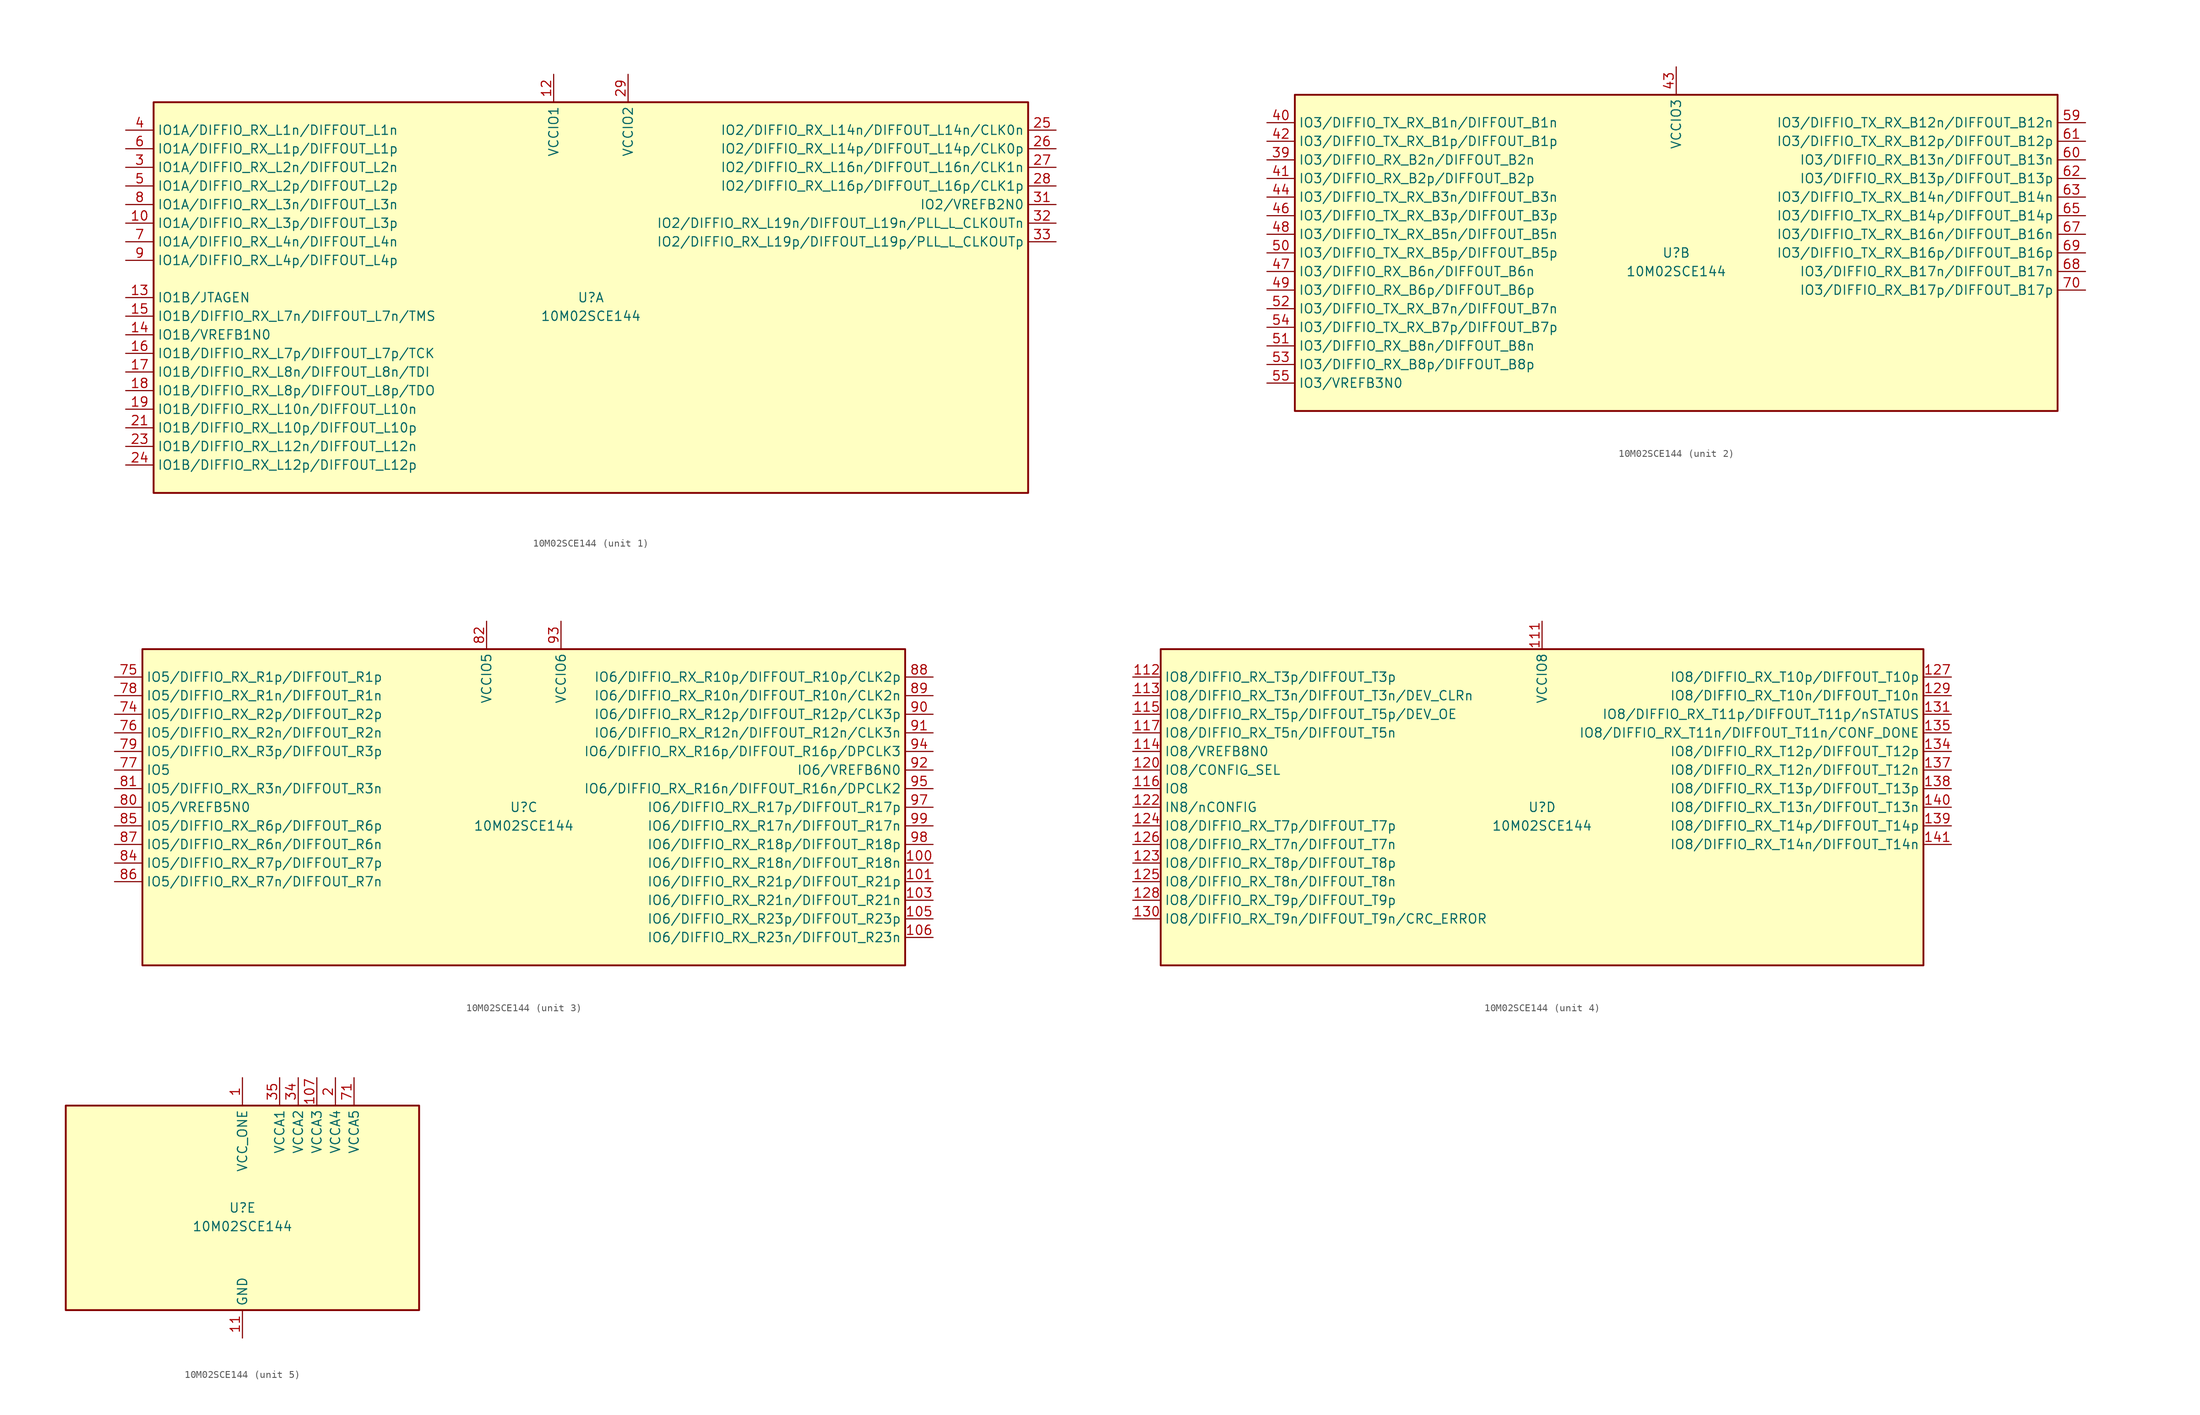
<source format=kicad_sym>
(kicad_symbol_lib
  (version 20220914)
  (generator kicad_symbol_editor)
  (symbol "10M02SCE144"
    (property "Reference" "U"
      (at 0 0 0)
      (effects (font (size 1.27 1.27))))
    (property "Value" "10M02SCE144"
      (at 0 -2.54 0)
      (effects (font (size 1.27 1.27))))
    (property "ki_locked" ""
      (at 0 0 0)
      (effects (font (size 1.27 1.27))))
    (symbol "10M02SCE144_1_1"
      (rectangle (start -59.69 26.67) (end 59.69 -26.67) (stroke (width 0.254) (type default)) (fill (type background)))
      (pin bidirectional line (at -63.5 10.16 0) (length 3.81) (name "IO1A/DIFFIO_RX_L3p/DIFFOUT_L3p" (effects (font (size 1.27 1.27)))) (number "10" (effects (font (size 1.27 1.27)))))
      (pin power_in line (at -5.08 30.48 270) (length 3.81) (name "VCCIO1" (effects (font (size 1.27 1.27)))) (number "12" (effects (font (size 1.27 1.27)))))
      (pin bidirectional line (at -63.5 0 0) (length 3.81) (name "IO1B/JTAGEN" (effects (font (size 1.27 1.27)))) (number "13" (effects (font (size 1.27 1.27)))))
      (pin bidirectional line (at -63.5 -5.08 0) (length 3.81) (name "IO1B/VREFB1N0" (effects (font (size 1.27 1.27)))) (number "14" (effects (font (size 1.27 1.27)))))
      (pin bidirectional line (at -63.5 -2.54 0) (length 3.81) (name "IO1B/DIFFIO_RX_L7n/DIFFOUT_L7n/TMS" (effects (font (size 1.27 1.27)))) (number "15" (effects (font (size 1.27 1.27)))))
      (pin bidirectional line (at -63.5 -7.62 0) (length 3.81) (name "IO1B/DIFFIO_RX_L7p/DIFFOUT_L7p/TCK" (effects (font (size 1.27 1.27)))) (number "16" (effects (font (size 1.27 1.27)))))
      (pin bidirectional line (at -63.5 -10.16 0) (length 3.81) (name "IO1B/DIFFIO_RX_L8n/DIFFOUT_L8n/TDI" (effects (font (size 1.27 1.27)))) (number "17" (effects (font (size 1.27 1.27)))))
      (pin bidirectional line (at -63.5 -12.7 0) (length 3.81) (name "IO1B/DIFFIO_RX_L8p/DIFFOUT_L8p/TDO" (effects (font (size 1.27 1.27)))) (number "18" (effects (font (size 1.27 1.27)))))
      (pin bidirectional line (at -63.5 -15.24 0) (length 3.81) (name "IO1B/DIFFIO_RX_L10n/DIFFOUT_L10n" (effects (font (size 1.27 1.27)))) (number "19" (effects (font (size 1.27 1.27)))))
      (pin bidirectional line (at -63.5 -17.78 0) (length 3.81) (name "IO1B/DIFFIO_RX_L10p/DIFFOUT_L10p" (effects (font (size 1.27 1.27)))) (number "21" (effects (font (size 1.27 1.27)))))
      (pin passive line (at -5.08 30.48 270) (length 3.81) hide (name "VCCIO1" (effects (font (size 1.27 1.27)))) (number "22" (effects (font (size 1.27 1.27)))))
      (pin bidirectional line (at -63.5 -20.32 0) (length 3.81) (name "IO1B/DIFFIO_RX_L12n/DIFFOUT_L12n" (effects (font (size 1.27 1.27)))) (number "23" (effects (font (size 1.27 1.27)))))
      (pin bidirectional line (at -63.5 -22.86 0) (length 3.81) (name "IO1B/DIFFIO_RX_L12p/DIFFOUT_L12p" (effects (font (size 1.27 1.27)))) (number "24" (effects (font (size 1.27 1.27)))))
      (pin bidirectional line (at 63.5 22.86 180) (length 3.81) (name "IO2/DIFFIO_RX_L14n/DIFFOUT_L14n/CLK0n" (effects (font (size 1.27 1.27)))) (number "25" (effects (font (size 1.27 1.27)))))
      (pin bidirectional line (at 63.5 20.32 180) (length 3.81) (name "IO2/DIFFIO_RX_L14p/DIFFOUT_L14p/CLK0p" (effects (font (size 1.27 1.27)))) (number "26" (effects (font (size 1.27 1.27)))))
      (pin bidirectional line (at 63.5 17.78 180) (length 3.81) (name "IO2/DIFFIO_RX_L16n/DIFFOUT_L16n/CLK1n" (effects (font (size 1.27 1.27)))) (number "27" (effects (font (size 1.27 1.27)))))
      (pin bidirectional line (at 63.5 15.24 180) (length 3.81) (name "IO2/DIFFIO_RX_L16p/DIFFOUT_L16p/CLK1p" (effects (font (size 1.27 1.27)))) (number "28" (effects (font (size 1.27 1.27)))))
      (pin power_in line (at 5.08 30.48 270) (length 3.81) (name "VCCIO2" (effects (font (size 1.27 1.27)))) (number "29" (effects (font (size 1.27 1.27)))))
      (pin bidirectional line (at -63.5 17.78 0) (length 3.81) (name "IO1A/DIFFIO_RX_L2n/DIFFOUT_L2n" (effects (font (size 1.27 1.27)))) (number "3" (effects (font (size 1.27 1.27)))))
      (pin bidirectional line (at 63.5 12.7 180) (length 3.81) (name "IO2/VREFB2N0" (effects (font (size 1.27 1.27)))) (number "31" (effects (font (size 1.27 1.27)))))
      (pin bidirectional line (at 63.5 10.16 180) (length 3.81) (name "IO2/DIFFIO_RX_L19n/DIFFOUT_L19n/PLL_L_CLKOUTn" (effects (font (size 1.27 1.27)))) (number "32" (effects (font (size 1.27 1.27)))))
      (pin bidirectional line (at 63.5 7.62 180) (length 3.81) (name "IO2/DIFFIO_RX_L19p/DIFFOUT_L19p/PLL_L_CLKOUTp" (effects (font (size 1.27 1.27)))) (number "33" (effects (font (size 1.27 1.27)))))
      (pin bidirectional line (at -63.5 22.86 0) (length 3.81) (name "IO1A/DIFFIO_RX_L1n/DIFFOUT_L1n" (effects (font (size 1.27 1.27)))) (number "4" (effects (font (size 1.27 1.27)))))
      (pin bidirectional line (at -63.5 15.24 0) (length 3.81) (name "IO1A/DIFFIO_RX_L2p/DIFFOUT_L2p" (effects (font (size 1.27 1.27)))) (number "5" (effects (font (size 1.27 1.27)))))
      (pin bidirectional line (at -63.5 20.32 0) (length 3.81) (name "IO1A/DIFFIO_RX_L1p/DIFFOUT_L1p" (effects (font (size 1.27 1.27)))) (number "6" (effects (font (size 1.27 1.27)))))
      (pin bidirectional line (at -63.5 7.62 0) (length 3.81) (name "IO1A/DIFFIO_RX_L4n/DIFFOUT_L4n" (effects (font (size 1.27 1.27)))) (number "7" (effects (font (size 1.27 1.27)))))
      (pin bidirectional line (at -63.5 12.7 0) (length 3.81) (name "IO1A/DIFFIO_RX_L3n/DIFFOUT_L3n" (effects (font (size 1.27 1.27)))) (number "8" (effects (font (size 1.27 1.27)))))
      (pin bidirectional line (at -63.5 5.08 0) (length 3.81) (name "IO1A/DIFFIO_RX_L4p/DIFFOUT_L4p" (effects (font (size 1.27 1.27)))) (number "9" (effects (font (size 1.27 1.27))))))
    (symbol "10M02SCE144_2_1"
      (rectangle (start -52.07 21.59) (end 52.07 -21.59) (stroke (width 0.254) (type default)) (fill (type background)))
      (pin bidirectional line (at -55.88 12.7 0) (length 3.81) (name "IO3/DIFFIO_RX_B2n/DIFFOUT_B2n" (effects (font (size 1.27 1.27)))) (number "39" (effects (font (size 1.27 1.27)))))
      (pin bidirectional line (at -55.88 17.78 0) (length 3.81) (name "IO3/DIFFIO_TX_RX_B1n/DIFFOUT_B1n" (effects (font (size 1.27 1.27)))) (number "40" (effects (font (size 1.27 1.27)))))
      (pin bidirectional line (at -55.88 10.16 0) (length 3.81) (name "IO3/DIFFIO_RX_B2p/DIFFOUT_B2p" (effects (font (size 1.27 1.27)))) (number "41" (effects (font (size 1.27 1.27)))))
      (pin bidirectional line (at -55.88 15.24 0) (length 3.81) (name "IO3/DIFFIO_TX_RX_B1p/DIFFOUT_B1p" (effects (font (size 1.27 1.27)))) (number "42" (effects (font (size 1.27 1.27)))))
      (pin power_in line (at 0 25.4 270) (length 3.81) (name "VCCIO3" (effects (font (size 1.27 1.27)))) (number "43" (effects (font (size 1.27 1.27)))))
      (pin bidirectional line (at -55.88 7.62 0) (length 3.81) (name "IO3/DIFFIO_TX_RX_B3n/DIFFOUT_B3n" (effects (font (size 1.27 1.27)))) (number "44" (effects (font (size 1.27 1.27)))))
      (pin bidirectional line (at -55.88 5.08 0) (length 3.81) (name "IO3/DIFFIO_TX_RX_B3p/DIFFOUT_B3p" (effects (font (size 1.27 1.27)))) (number "46" (effects (font (size 1.27 1.27)))))
      (pin bidirectional line (at -55.88 -2.54 0) (length 3.81) (name "IO3/DIFFIO_RX_B6n/DIFFOUT_B6n" (effects (font (size 1.27 1.27)))) (number "47" (effects (font (size 1.27 1.27)))))
      (pin bidirectional line (at -55.88 2.54 0) (length 3.81) (name "IO3/DIFFIO_TX_RX_B5n/DIFFOUT_B5n" (effects (font (size 1.27 1.27)))) (number "48" (effects (font (size 1.27 1.27)))))
      (pin bidirectional line (at -55.88 -5.08 0) (length 3.81) (name "IO3/DIFFIO_RX_B6p/DIFFOUT_B6p" (effects (font (size 1.27 1.27)))) (number "49" (effects (font (size 1.27 1.27)))))
      (pin bidirectional line (at -55.88 0 0) (length 3.81) (name "IO3/DIFFIO_TX_RX_B5p/DIFFOUT_B5p" (effects (font (size 1.27 1.27)))) (number "50" (effects (font (size 1.27 1.27)))))
      (pin bidirectional line (at -55.88 -12.7 0) (length 3.81) (name "IO3/DIFFIO_RX_B8n/DIFFOUT_B8n" (effects (font (size 1.27 1.27)))) (number "51" (effects (font (size 1.27 1.27)))))
      (pin bidirectional line (at -55.88 -7.62 0) (length 3.81) (name "IO3/DIFFIO_TX_RX_B7n/DIFFOUT_B7n" (effects (font (size 1.27 1.27)))) (number "52" (effects (font (size 1.27 1.27)))))
      (pin bidirectional line (at -55.88 -15.24 0) (length 3.81) (name "IO3/DIFFIO_RX_B8p/DIFFOUT_B8p" (effects (font (size 1.27 1.27)))) (number "53" (effects (font (size 1.27 1.27)))))
      (pin bidirectional line (at -55.88 -10.16 0) (length 3.81) (name "IO3/DIFFIO_TX_RX_B7p/DIFFOUT_B7p" (effects (font (size 1.27 1.27)))) (number "54" (effects (font (size 1.27 1.27)))))
      (pin bidirectional line (at -55.88 -17.78 0) (length 3.81) (name "IO3/VREFB3N0" (effects (font (size 1.27 1.27)))) (number "55" (effects (font (size 1.27 1.27)))))
      (pin passive line (at 0 25.4 270) (length 3.81) hide (name "VCCIO3" (effects (font (size 1.27 1.27)))) (number "56" (effects (font (size 1.27 1.27)))))
      (pin bidirectional line (at 55.88 17.78 180) (length 3.81) (name "IO3/DIFFIO_TX_RX_B12n/DIFFOUT_B12n" (effects (font (size 1.27 1.27)))) (number "59" (effects (font (size 1.27 1.27)))))
      (pin bidirectional line (at 55.88 12.7 180) (length 3.81) (name "IO3/DIFFIO_RX_B13n/DIFFOUT_B13n" (effects (font (size 1.27 1.27)))) (number "60" (effects (font (size 1.27 1.27)))))
      (pin bidirectional line (at 55.88 15.24 180) (length 3.81) (name "IO3/DIFFIO_TX_RX_B12p/DIFFOUT_B12p" (effects (font (size 1.27 1.27)))) (number "61" (effects (font (size 1.27 1.27)))))
      (pin bidirectional line (at 55.88 10.16 180) (length 3.81) (name "IO3/DIFFIO_RX_B13p/DIFFOUT_B13p" (effects (font (size 1.27 1.27)))) (number "62" (effects (font (size 1.27 1.27)))))
      (pin bidirectional line (at 55.88 7.62 180) (length 3.81) (name "IO3/DIFFIO_TX_RX_B14n/DIFFOUT_B14n" (effects (font (size 1.27 1.27)))) (number "63" (effects (font (size 1.27 1.27)))))
      (pin passive line (at 0 25.4 270) (length 3.81) hide (name "VCCIO3" (effects (font (size 1.27 1.27)))) (number "64" (effects (font (size 1.27 1.27)))))
      (pin bidirectional line (at 55.88 5.08 180) (length 3.81) (name "IO3/DIFFIO_TX_RX_B14p/DIFFOUT_B14p" (effects (font (size 1.27 1.27)))) (number "65" (effects (font (size 1.27 1.27)))))
      (pin bidirectional line (at 55.88 2.54 180) (length 3.81) (name "IO3/DIFFIO_TX_RX_B16n/DIFFOUT_B16n" (effects (font (size 1.27 1.27)))) (number "67" (effects (font (size 1.27 1.27)))))
      (pin bidirectional line (at 55.88 -2.54 180) (length 3.81) (name "IO3/DIFFIO_RX_B17n/DIFFOUT_B17n" (effects (font (size 1.27 1.27)))) (number "68" (effects (font (size 1.27 1.27)))))
      (pin bidirectional line (at 55.88 0 180) (length 3.81) (name "IO3/DIFFIO_TX_RX_B16p/DIFFOUT_B16p" (effects (font (size 1.27 1.27)))) (number "69" (effects (font (size 1.27 1.27)))))
      (pin bidirectional line (at 55.88 -5.08 180) (length 3.81) (name "IO3/DIFFIO_RX_B17p/DIFFOUT_B17p" (effects (font (size 1.27 1.27)))) (number "70" (effects (font (size 1.27 1.27))))))
    (symbol "10M02SCE144_3_1"
      (rectangle (start -52.07 21.59) (end 52.07 -21.59) (stroke (width 0.254) (type default)) (fill (type background)))
      (pin bidirectional line (at 55.88 -7.62 180) (length 3.81) (name "IO6/DIFFIO_RX_R18n/DIFFOUT_R18n" (effects (font (size 1.27 1.27)))) (number "100" (effects (font (size 1.27 1.27)))))
      (pin bidirectional line (at 55.88 -10.16 180) (length 3.81) (name "IO6/DIFFIO_RX_R21p/DIFFOUT_R21p" (effects (font (size 1.27 1.27)))) (number "101" (effects (font (size 1.27 1.27)))))
      (pin passive line (at 5.08 25.4 270) (length 3.81) hide (name "VCCIO6" (effects (font (size 1.27 1.27)))) (number "102" (effects (font (size 1.27 1.27)))))
      (pin bidirectional line (at 55.88 -12.7 180) (length 3.81) (name "IO6/DIFFIO_RX_R21n/DIFFOUT_R21n" (effects (font (size 1.27 1.27)))) (number "103" (effects (font (size 1.27 1.27)))))
      (pin bidirectional line (at 55.88 -15.24 180) (length 3.81) (name "IO6/DIFFIO_RX_R23p/DIFFOUT_R23p" (effects (font (size 1.27 1.27)))) (number "105" (effects (font (size 1.27 1.27)))))
      (pin bidirectional line (at 55.88 -17.78 180) (length 3.81) (name "IO6/DIFFIO_RX_R23n/DIFFOUT_R23n" (effects (font (size 1.27 1.27)))) (number "106" (effects (font (size 1.27 1.27)))))
      (pin bidirectional line (at -55.88 12.7 0) (length 3.81) (name "IO5/DIFFIO_RX_R2p/DIFFOUT_R2p" (effects (font (size 1.27 1.27)))) (number "74" (effects (font (size 1.27 1.27)))))
      (pin bidirectional line (at -55.88 17.78 0) (length 3.81) (name "IO5/DIFFIO_RX_R1p/DIFFOUT_R1p" (effects (font (size 1.27 1.27)))) (number "75" (effects (font (size 1.27 1.27)))))
      (pin bidirectional line (at -55.88 10.16 0) (length 3.81) (name "IO5/DIFFIO_RX_R2n/DIFFOUT_R2n" (effects (font (size 1.27 1.27)))) (number "76" (effects (font (size 1.27 1.27)))))
      (pin bidirectional line (at -55.88 5.08 0) (length 3.81) (name "IO5" (effects (font (size 1.27 1.27)))) (number "77" (effects (font (size 1.27 1.27)))))
      (pin bidirectional line (at -55.88 15.24 0) (length 3.81) (name "IO5/DIFFIO_RX_R1n/DIFFOUT_R1n" (effects (font (size 1.27 1.27)))) (number "78" (effects (font (size 1.27 1.27)))))
      (pin bidirectional line (at -55.88 7.62 0) (length 3.81) (name "IO5/DIFFIO_RX_R3p/DIFFOUT_R3p" (effects (font (size 1.27 1.27)))) (number "79" (effects (font (size 1.27 1.27)))))
      (pin bidirectional line (at -55.88 0 0) (length 3.81) (name "IO5/VREFB5N0" (effects (font (size 1.27 1.27)))) (number "80" (effects (font (size 1.27 1.27)))))
      (pin bidirectional line (at -55.88 2.54 0) (length 3.81) (name "IO5/DIFFIO_RX_R3n/DIFFOUT_R3n" (effects (font (size 1.27 1.27)))) (number "81" (effects (font (size 1.27 1.27)))))
      (pin power_in line (at -5.08 25.4 270) (length 3.81) (name "VCCIO5" (effects (font (size 1.27 1.27)))) (number "82" (effects (font (size 1.27 1.27)))))
      (pin bidirectional line (at -55.88 -7.62 0) (length 3.81) (name "IO5/DIFFIO_RX_R7p/DIFFOUT_R7p" (effects (font (size 1.27 1.27)))) (number "84" (effects (font (size 1.27 1.27)))))
      (pin bidirectional line (at -55.88 -2.54 0) (length 3.81) (name "IO5/DIFFIO_RX_R6p/DIFFOUT_R6p" (effects (font (size 1.27 1.27)))) (number "85" (effects (font (size 1.27 1.27)))))
      (pin bidirectional line (at -55.88 -10.16 0) (length 3.81) (name "IO5/DIFFIO_RX_R7n/DIFFOUT_R7n" (effects (font (size 1.27 1.27)))) (number "86" (effects (font (size 1.27 1.27)))))
      (pin bidirectional line (at -55.88 -5.08 0) (length 3.81) (name "IO5/DIFFIO_RX_R6n/DIFFOUT_R6n" (effects (font (size 1.27 1.27)))) (number "87" (effects (font (size 1.27 1.27)))))
      (pin bidirectional line (at 55.88 17.78 180) (length 3.81) (name "IO6/DIFFIO_RX_R10p/DIFFOUT_R10p/CLK2p" (effects (font (size 1.27 1.27)))) (number "88" (effects (font (size 1.27 1.27)))))
      (pin bidirectional line (at 55.88 15.24 180) (length 3.81) (name "IO6/DIFFIO_RX_R10n/DIFFOUT_R10n/CLK2n" (effects (font (size 1.27 1.27)))) (number "89" (effects (font (size 1.27 1.27)))))
      (pin bidirectional line (at 55.88 12.7 180) (length 3.81) (name "IO6/DIFFIO_RX_R12p/DIFFOUT_R12p/CLK3p" (effects (font (size 1.27 1.27)))) (number "90" (effects (font (size 1.27 1.27)))))
      (pin bidirectional line (at 55.88 10.16 180) (length 3.81) (name "IO6/DIFFIO_RX_R12n/DIFFOUT_R12n/CLK3n" (effects (font (size 1.27 1.27)))) (number "91" (effects (font (size 1.27 1.27)))))
      (pin bidirectional line (at 55.88 5.08 180) (length 3.81) (name "IO6/VREFB6N0" (effects (font (size 1.27 1.27)))) (number "92" (effects (font (size 1.27 1.27)))))
      (pin power_in line (at 5.08 25.4 270) (length 3.81) (name "VCCIO6" (effects (font (size 1.27 1.27)))) (number "93" (effects (font (size 1.27 1.27)))))
      (pin bidirectional line (at 55.88 7.62 180) (length 3.81) (name "IO6/DIFFIO_RX_R16p/DIFFOUT_R16p/DPCLK3" (effects (font (size 1.27 1.27)))) (number "94" (effects (font (size 1.27 1.27)))))
      (pin bidirectional line (at 55.88 2.54 180) (length 3.81) (name "IO6/DIFFIO_RX_R16n/DIFFOUT_R16n/DPCLK2" (effects (font (size 1.27 1.27)))) (number "95" (effects (font (size 1.27 1.27)))))
      (pin bidirectional line (at 55.88 0 180) (length 3.81) (name "IO6/DIFFIO_RX_R17p/DIFFOUT_R17p" (effects (font (size 1.27 1.27)))) (number "97" (effects (font (size 1.27 1.27)))))
      (pin bidirectional line (at 55.88 -5.08 180) (length 3.81) (name "IO6/DIFFIO_RX_R18p/DIFFOUT_R18p" (effects (font (size 1.27 1.27)))) (number "98" (effects (font (size 1.27 1.27)))))
      (pin bidirectional line (at 55.88 -2.54 180) (length 3.81) (name "IO6/DIFFIO_RX_R17n/DIFFOUT_R17n" (effects (font (size 1.27 1.27)))) (number "99" (effects (font (size 1.27 1.27))))))
    (symbol "10M02SCE144_4_1"
      (rectangle (start -52.07 21.59) (end 52.07 -21.59) (stroke (width 0.254) (type default)) (fill (type background)))
      (pin power_in line (at 0 25.4 270) (length 3.81) (name "VCCIO8" (effects (font (size 1.27 1.27)))) (number "111" (effects (font (size 1.27 1.27)))))
      (pin bidirectional line (at -55.88 17.78 0) (length 3.81) (name "IO8/DIFFIO_RX_T3p/DIFFOUT_T3p" (effects (font (size 1.27 1.27)))) (number "112" (effects (font (size 1.27 1.27)))))
      (pin bidirectional line (at -55.88 15.24 0) (length 3.81) (name "IO8/DIFFIO_RX_T3n/DIFFOUT_T3n/DEV_CLRn" (effects (font (size 1.27 1.27)))) (number "113" (effects (font (size 1.27 1.27)))))
      (pin bidirectional line (at -55.88 7.62 0) (length 3.81) (name "IO8/VREFB8N0" (effects (font (size 1.27 1.27)))) (number "114" (effects (font (size 1.27 1.27)))))
      (pin bidirectional line (at -55.88 12.7 0) (length 3.81) (name "IO8/DIFFIO_RX_T5p/DIFFOUT_T5p/DEV_OE" (effects (font (size 1.27 1.27)))) (number "115" (effects (font (size 1.27 1.27)))))
      (pin bidirectional line (at -55.88 2.54 0) (length 3.81) (name "IO8" (effects (font (size 1.27 1.27)))) (number "116" (effects (font (size 1.27 1.27)))))
      (pin bidirectional line (at -55.88 10.16 0) (length 3.81) (name "IO8/DIFFIO_RX_T5n/DIFFOUT_T5n" (effects (font (size 1.27 1.27)))) (number "117" (effects (font (size 1.27 1.27)))))
      (pin bidirectional line (at -55.88 5.08 0) (length 3.81) (name "IO8/CONFIG_SEL" (effects (font (size 1.27 1.27)))) (number "120" (effects (font (size 1.27 1.27)))))
      (pin passive line (at 0 25.4 270) (length 3.81) hide (name "VCCIO8" (effects (font (size 1.27 1.27)))) (number "121" (effects (font (size 1.27 1.27)))))
      (pin input line (at -55.88 0 0) (length 3.81) (name "IN8/nCONFIG" (effects (font (size 1.27 1.27)))) (number "122" (effects (font (size 1.27 1.27)))))
      (pin bidirectional line (at -55.88 -7.62 0) (length 3.81) (name "IO8/DIFFIO_RX_T8p/DIFFOUT_T8p" (effects (font (size 1.27 1.27)))) (number "123" (effects (font (size 1.27 1.27)))))
      (pin bidirectional line (at -55.88 -2.54 0) (length 3.81) (name "IO8/DIFFIO_RX_T7p/DIFFOUT_T7p" (effects (font (size 1.27 1.27)))) (number "124" (effects (font (size 1.27 1.27)))))
      (pin bidirectional line (at -55.88 -10.16 0) (length 3.81) (name "IO8/DIFFIO_RX_T8n/DIFFOUT_T8n" (effects (font (size 1.27 1.27)))) (number "125" (effects (font (size 1.27 1.27)))))
      (pin bidirectional line (at -55.88 -5.08 0) (length 3.81) (name "IO8/DIFFIO_RX_T7n/DIFFOUT_T7n" (effects (font (size 1.27 1.27)))) (number "126" (effects (font (size 1.27 1.27)))))
      (pin bidirectional line (at 55.88 17.78 180) (length 3.81) (name "IO8/DIFFIO_RX_T10p/DIFFOUT_T10p" (effects (font (size 1.27 1.27)))) (number "127" (effects (font (size 1.27 1.27)))))
      (pin bidirectional line (at -55.88 -12.7 0) (length 3.81) (name "IO8/DIFFIO_RX_T9p/DIFFOUT_T9p" (effects (font (size 1.27 1.27)))) (number "128" (effects (font (size 1.27 1.27)))))
      (pin bidirectional line (at 55.88 15.24 180) (length 3.81) (name "IO8/DIFFIO_RX_T10n/DIFFOUT_T10n" (effects (font (size 1.27 1.27)))) (number "129" (effects (font (size 1.27 1.27)))))
      (pin bidirectional line (at -55.88 -15.24 0) (length 3.81) (name "IO8/DIFFIO_RX_T9n/DIFFOUT_T9n/CRC_ERROR" (effects (font (size 1.27 1.27)))) (number "130" (effects (font (size 1.27 1.27)))))
      (pin bidirectional line (at 55.88 12.7 180) (length 3.81) (name "IO8/DIFFIO_RX_T11p/DIFFOUT_T11p/nSTATUS" (effects (font (size 1.27 1.27)))) (number "131" (effects (font (size 1.27 1.27)))))
      (pin bidirectional line (at 55.88 7.62 180) (length 3.81) (name "IO8/DIFFIO_RX_T12p/DIFFOUT_T12p" (effects (font (size 1.27 1.27)))) (number "134" (effects (font (size 1.27 1.27)))))
      (pin bidirectional line (at 55.88 10.16 180) (length 3.81) (name "IO8/DIFFIO_RX_T11n/DIFFOUT_T11n/CONF_DONE" (effects (font (size 1.27 1.27)))) (number "135" (effects (font (size 1.27 1.27)))))
      (pin passive line (at 0 25.4 270) (length 3.81) hide (name "VCCIO8" (effects (font (size 1.27 1.27)))) (number "136" (effects (font (size 1.27 1.27)))))
      (pin bidirectional line (at 55.88 5.08 180) (length 3.81) (name "IO8/DIFFIO_RX_T12n/DIFFOUT_T12n" (effects (font (size 1.27 1.27)))) (number "137" (effects (font (size 1.27 1.27)))))
      (pin bidirectional line (at 55.88 2.54 180) (length 3.81) (name "IO8/DIFFIO_RX_T13p/DIFFOUT_T13p" (effects (font (size 1.27 1.27)))) (number "138" (effects (font (size 1.27 1.27)))))
      (pin bidirectional line (at 55.88 -2.54 180) (length 3.81) (name "IO8/DIFFIO_RX_T14p/DIFFOUT_T14p" (effects (font (size 1.27 1.27)))) (number "139" (effects (font (size 1.27 1.27)))))
      (pin bidirectional line (at 55.88 0 180) (length 3.81) (name "IO8/DIFFIO_RX_T13n/DIFFOUT_T13n" (effects (font (size 1.27 1.27)))) (number "140" (effects (font (size 1.27 1.27)))))
      (pin bidirectional line (at 55.88 -5.08 180) (length 3.81) (name "IO8/DIFFIO_RX_T14n/DIFFOUT_T14n" (effects (font (size 1.27 1.27)))) (number "141" (effects (font (size 1.27 1.27))))))
    (symbol "10M02SCE144_5_1"
      (rectangle (start -24.13 13.97) (end 24.13 -13.97) (stroke (width 0.254) (type default)) (fill (type background)))
      (pin power_in line (at 0 17.78 270) (length 3.81) (name "VCC_ONE" (effects (font (size 1.27 1.27)))) (number "1" (effects (font (size 1.27 1.27)))))
      (pin passive line (at 0 -17.78 90) (length 3.81) hide (name "GND" (effects (font (size 1.27 1.27)))) (number "104" (effects (font (size 1.27 1.27)))))
      (pin power_in line (at 10.16 17.78 270) (length 3.81) (name "VCCA3" (effects (font (size 1.27 1.27)))) (number "107" (effects (font (size 1.27 1.27)))))
      (pin passive line (at 0 17.78 270) (length 3.81) hide (name "VCC_ONE" (effects (font (size 1.27 1.27)))) (number "108" (effects (font (size 1.27 1.27)))))
      (pin passive line (at 0 17.78 270) (length 3.81) hide (name "VCC_ONE" (effects (font (size 1.27 1.27)))) (number "109" (effects (font (size 1.27 1.27)))))
      (pin power_in line (at 0 -17.78 90) (length 3.81) (name "GND" (effects (font (size 1.27 1.27)))) (number "11" (effects (font (size 1.27 1.27)))))
      (pin passive line (at 0 -17.78 90) (length 3.81) hide (name "GND" (effects (font (size 1.27 1.27)))) (number "110" (effects (font (size 1.27 1.27)))))
      (pin passive line (at 0 17.78 270) (length 3.81) hide (name "VCC_ONE" (effects (font (size 1.27 1.27)))) (number "118" (effects (font (size 1.27 1.27)))))
      (pin passive line (at 0 -17.78 90) (length 3.81) hide (name "GND" (effects (font (size 1.27 1.27)))) (number "119" (effects (font (size 1.27 1.27)))))
      (pin passive line (at 0 17.78 270) (length 3.81) hide (name "VCC_ONE" (effects (font (size 1.27 1.27)))) (number "132" (effects (font (size 1.27 1.27)))))
      (pin passive line (at 0 -17.78 90) (length 3.81) hide (name "GND" (effects (font (size 1.27 1.27)))) (number "133" (effects (font (size 1.27 1.27)))))
      (pin passive line (at 0 17.78 270) (length 3.81) hide (name "VCC_ONE" (effects (font (size 1.27 1.27)))) (number "142" (effects (font (size 1.27 1.27)))))
      (pin passive line (at 0 -17.78 90) (length 3.81) hide (name "GND" (effects (font (size 1.27 1.27)))) (number "143" (effects (font (size 1.27 1.27)))))
      (pin passive line (at 0 17.78 270) (length 3.81) hide (name "VCC_ONE" (effects (font (size 1.27 1.27)))) (number "144" (effects (font (size 1.27 1.27)))))
      (pin passive line (at 0 -17.78 90) (length 3.81) hide (name "GND" (effects (font (size 1.27 1.27)))) (number "145" (effects (font (size 1.27 1.27)))))
      (pin power_in line (at 12.7 17.78 270) (length 3.81) (name "VCCA4" (effects (font (size 1.27 1.27)))) (number "2" (effects (font (size 1.27 1.27)))))
      (pin passive line (at 0 -17.78 90) (length 3.81) hide (name "GND" (effects (font (size 1.27 1.27)))) (number "20" (effects (font (size 1.27 1.27)))))
      (pin passive line (at 0 -17.78 90) (length 3.81) hide (name "GND" (effects (font (size 1.27 1.27)))) (number "30" (effects (font (size 1.27 1.27)))))
      (pin power_in line (at 7.62 17.78 270) (length 3.81) (name "VCCA2" (effects (font (size 1.27 1.27)))) (number "34" (effects (font (size 1.27 1.27)))))
      (pin power_in line (at 5.08 17.78 270) (length 3.81) (name "VCCA1" (effects (font (size 1.27 1.27)))) (number "35" (effects (font (size 1.27 1.27)))))
      (pin passive line (at 0 17.78 270) (length 3.81) hide (name "VCC_ONE" (effects (font (size 1.27 1.27)))) (number "36" (effects (font (size 1.27 1.27)))))
      (pin passive line (at 0 17.78 270) (length 3.81) hide (name "VCC_ONE" (effects (font (size 1.27 1.27)))) (number "37" (effects (font (size 1.27 1.27)))))
      (pin passive line (at 0 -17.78 90) (length 3.81) hide (name "GND" (effects (font (size 1.27 1.27)))) (number "38" (effects (font (size 1.27 1.27)))))
      (pin passive line (at 0 -17.78 90) (length 3.81) hide (name "GND" (effects (font (size 1.27 1.27)))) (number "45" (effects (font (size 1.27 1.27)))))
      (pin passive line (at 0 -17.78 90) (length 3.81) hide (name "GND" (effects (font (size 1.27 1.27)))) (number "57" (effects (font (size 1.27 1.27)))))
      (pin passive line (at 0 17.78 270) (length 3.81) hide (name "VCC_ONE" (effects (font (size 1.27 1.27)))) (number "58" (effects (font (size 1.27 1.27)))))
      (pin passive line (at 0 -17.78 90) (length 3.81) hide (name "GND" (effects (font (size 1.27 1.27)))) (number "66" (effects (font (size 1.27 1.27)))))
      (pin power_in line (at 15.24 17.78 270) (length 3.81) (name "VCCA5" (effects (font (size 1.27 1.27)))) (number "71" (effects (font (size 1.27 1.27)))))
      (pin passive line (at 0 17.78 270) (length 3.81) hide (name "VCC_ONE" (effects (font (size 1.27 1.27)))) (number "72" (effects (font (size 1.27 1.27)))))
      (pin passive line (at 0 17.78 270) (length 3.81) hide (name "VCC_ONE" (effects (font (size 1.27 1.27)))) (number "73" (effects (font (size 1.27 1.27)))))
      (pin passive line (at 0 -17.78 90) (length 3.81) hide (name "GND" (effects (font (size 1.27 1.27)))) (number "83" (effects (font (size 1.27 1.27)))))
      (pin passive line (at 0 -17.78 90) (length 3.81) hide (name "GND" (effects (font (size 1.27 1.27)))) (number "96" (effects (font (size 1.27 1.27))))))))
</source>
